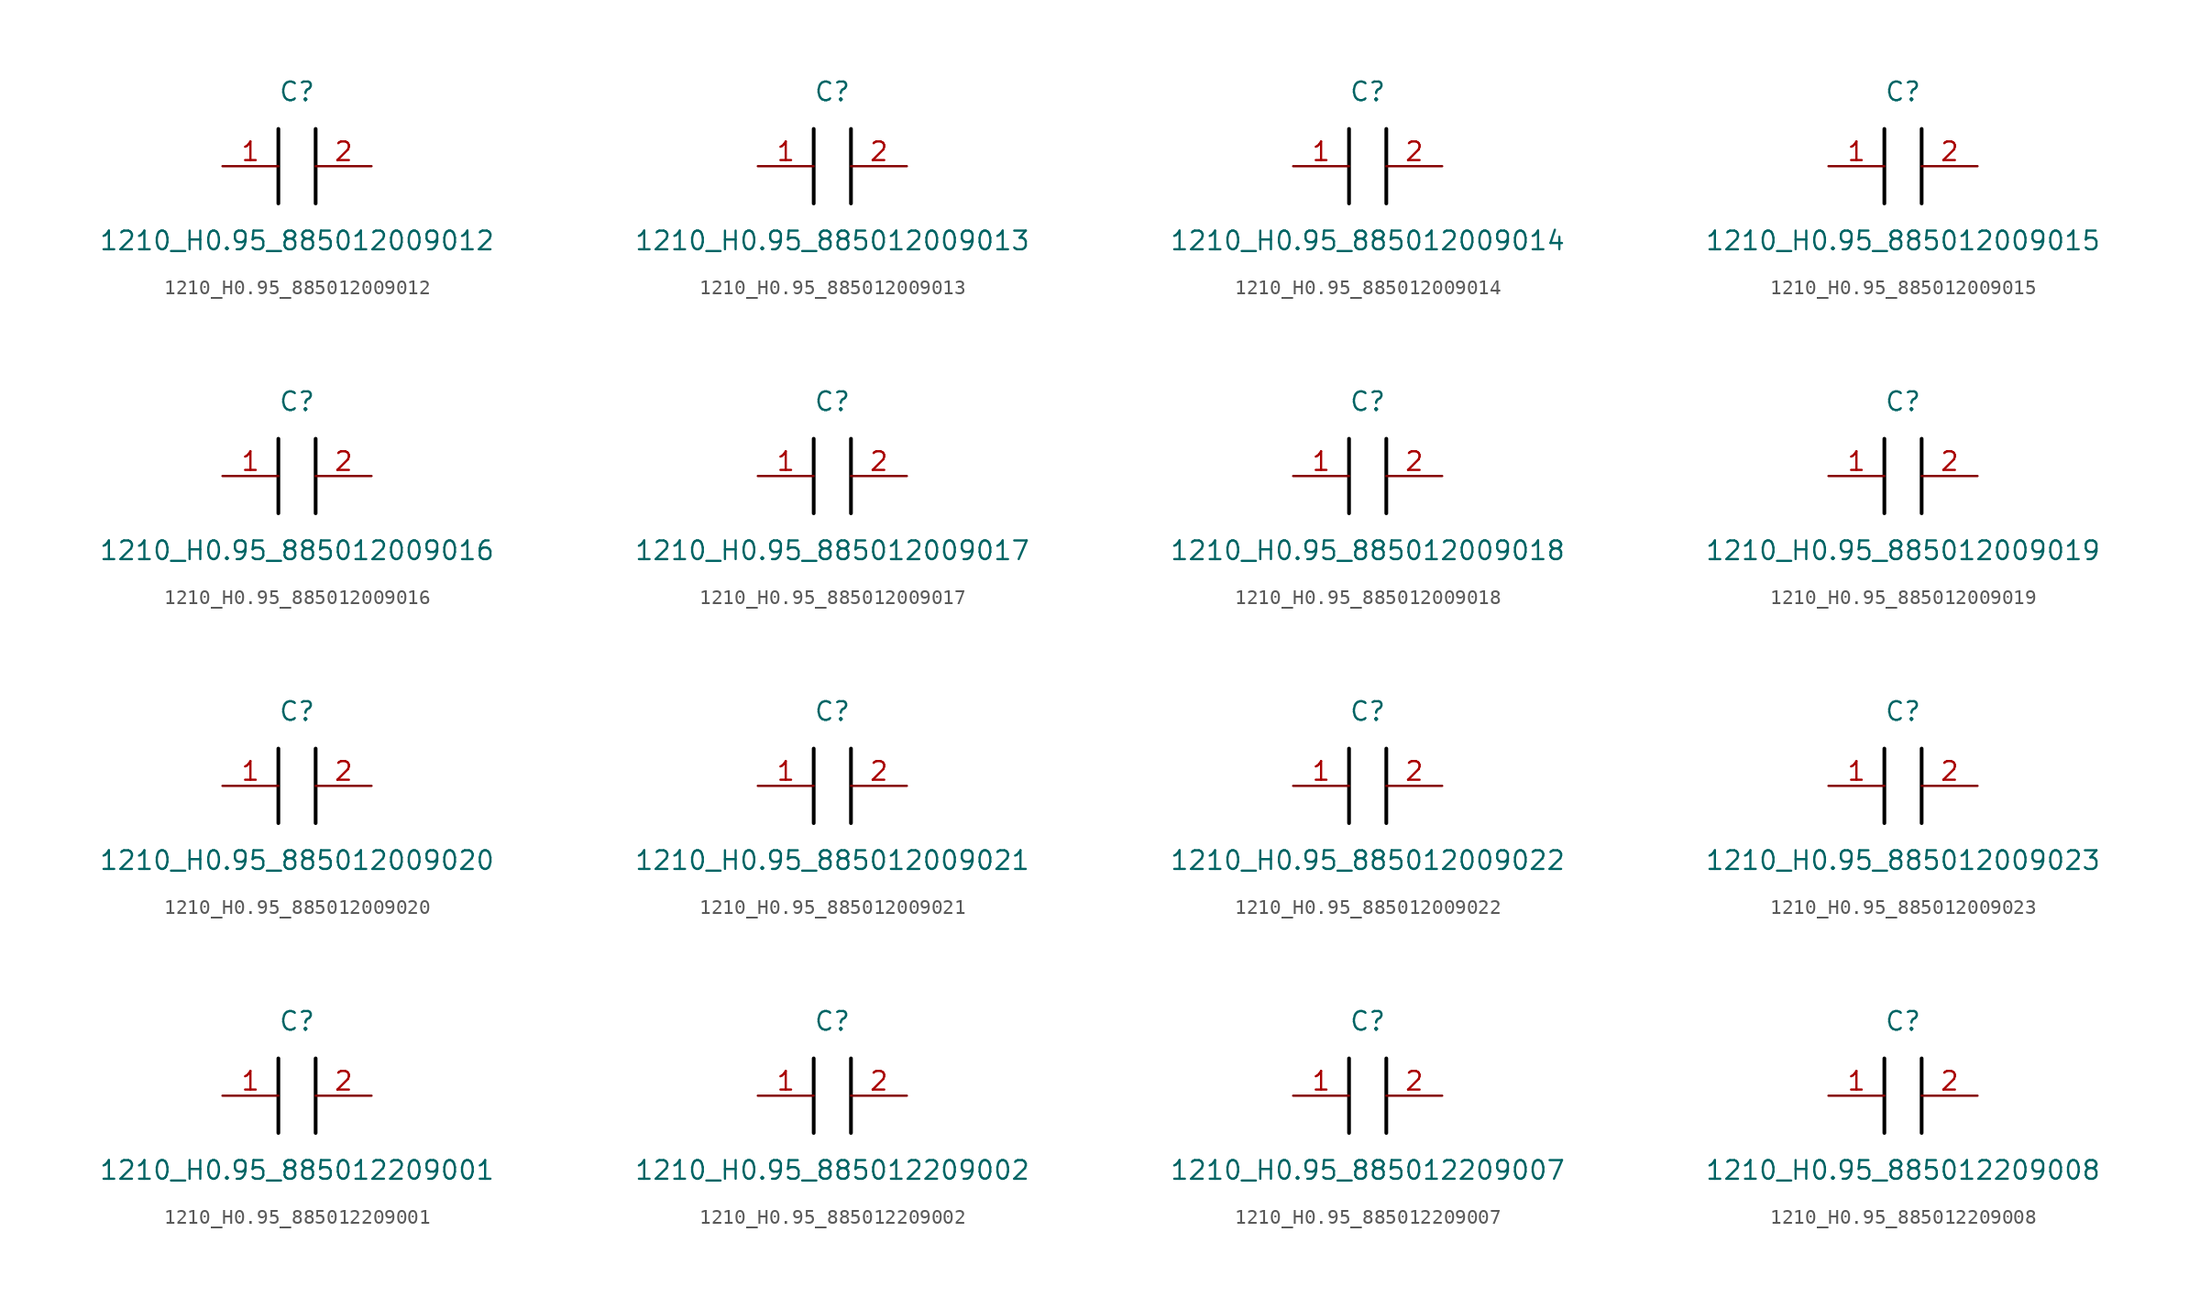
<source format=kicad_sym>
(kicad_symbol_lib
  (version 20220914)
  (generator kicad_symbol_editor)
  (symbol "1210_H0.95_885012009012"
    (pin_names hide)
    (property "Reference" "C"
      (at 0 5.08 0)
      (effects (font (size 1.27 1.27))))
    (property "Value" "1210_H0.95_885012009012"
      (at 0 -5.08 0)
      (effects (font (size 1.27 1.27))))
    (symbol "1210_H0.95_885012009012_1_1"
      (polyline (pts (xy -1.27 2.54) (xy -1.27 -2.54)) (stroke (width 0.254) (type default) (color 0 0 0 1)) (fill (type none)))
      (polyline (pts (xy 1.27 2.54) (xy 1.27 -2.54)) (stroke (width 0.254) (type default) (color 0 0 0 1)) (fill (type none)))
      (pin passive line (at -5.08 0 0) (length 3.81) (name "1" (effects (font (size 1.27 1.27)))) (number "1" (effects (font (size 1.27 1.27)))))
      (pin passive line (at 5.08 0 180) (length 3.81) (name "2" (effects (font (size 1.27 1.27)))) (number "2" (effects (font (size 1.27 1.27)))))))
  (symbol "1210_H0.95_885012009013"
    (pin_names hide)
    (property "Reference" "C"
      (at 0 5.08 0)
      (effects (font (size 1.27 1.27))))
    (property "Value" "1210_H0.95_885012009013"
      (at 0 -5.08 0)
      (effects (font (size 1.27 1.27))))
    (symbol "1210_H0.95_885012009013_1_1"
      (polyline (pts (xy -1.27 2.54) (xy -1.27 -2.54)) (stroke (width 0.254) (type default) (color 0 0 0 1)) (fill (type none)))
      (polyline (pts (xy 1.27 2.54) (xy 1.27 -2.54)) (stroke (width 0.254) (type default) (color 0 0 0 1)) (fill (type none)))
      (pin passive line (at -5.08 0 0) (length 3.81) (name "1" (effects (font (size 1.27 1.27)))) (number "1" (effects (font (size 1.27 1.27)))))
      (pin passive line (at 5.08 0 180) (length 3.81) (name "2" (effects (font (size 1.27 1.27)))) (number "2" (effects (font (size 1.27 1.27)))))))
  (symbol "1210_H0.95_885012009014"
    (pin_names hide)
    (property "Reference" "C"
      (at 0 5.08 0)
      (effects (font (size 1.27 1.27))))
    (property "Value" "1210_H0.95_885012009014"
      (at 0 -5.08 0)
      (effects (font (size 1.27 1.27))))
    (symbol "1210_H0.95_885012009014_1_1"
      (polyline (pts (xy -1.27 2.54) (xy -1.27 -2.54)) (stroke (width 0.254) (type default) (color 0 0 0 1)) (fill (type none)))
      (polyline (pts (xy 1.27 2.54) (xy 1.27 -2.54)) (stroke (width 0.254) (type default) (color 0 0 0 1)) (fill (type none)))
      (pin passive line (at -5.08 0 0) (length 3.81) (name "1" (effects (font (size 1.27 1.27)))) (number "1" (effects (font (size 1.27 1.27)))))
      (pin passive line (at 5.08 0 180) (length 3.81) (name "2" (effects (font (size 1.27 1.27)))) (number "2" (effects (font (size 1.27 1.27)))))))
  (symbol "1210_H0.95_885012009015"
    (pin_names hide)
    (property "Reference" "C"
      (at 0 5.08 0)
      (effects (font (size 1.27 1.27))))
    (property "Value" "1210_H0.95_885012009015"
      (at 0 -5.08 0)
      (effects (font (size 1.27 1.27))))
    (symbol "1210_H0.95_885012009015_1_1"
      (polyline (pts (xy -1.27 2.54) (xy -1.27 -2.54)) (stroke (width 0.254) (type default) (color 0 0 0 1)) (fill (type none)))
      (polyline (pts (xy 1.27 2.54) (xy 1.27 -2.54)) (stroke (width 0.254) (type default) (color 0 0 0 1)) (fill (type none)))
      (pin passive line (at -5.08 0 0) (length 3.81) (name "1" (effects (font (size 1.27 1.27)))) (number "1" (effects (font (size 1.27 1.27)))))
      (pin passive line (at 5.08 0 180) (length 3.81) (name "2" (effects (font (size 1.27 1.27)))) (number "2" (effects (font (size 1.27 1.27)))))))
  (symbol "1210_H0.95_885012009016"
    (pin_names hide)
    (property "Reference" "C"
      (at 0 5.08 0)
      (effects (font (size 1.27 1.27))))
    (property "Value" "1210_H0.95_885012009016"
      (at 0 -5.08 0)
      (effects (font (size 1.27 1.27))))
    (symbol "1210_H0.95_885012009016_1_1"
      (polyline (pts (xy -1.27 2.54) (xy -1.27 -2.54)) (stroke (width 0.254) (type default) (color 0 0 0 1)) (fill (type none)))
      (polyline (pts (xy 1.27 2.54) (xy 1.27 -2.54)) (stroke (width 0.254) (type default) (color 0 0 0 1)) (fill (type none)))
      (pin passive line (at -5.08 0 0) (length 3.81) (name "1" (effects (font (size 1.27 1.27)))) (number "1" (effects (font (size 1.27 1.27)))))
      (pin passive line (at 5.08 0 180) (length 3.81) (name "2" (effects (font (size 1.27 1.27)))) (number "2" (effects (font (size 1.27 1.27)))))))
  (symbol "1210_H0.95_885012009017"
    (pin_names hide)
    (property "Reference" "C"
      (at 0 5.08 0)
      (effects (font (size 1.27 1.27))))
    (property "Value" "1210_H0.95_885012009017"
      (at 0 -5.08 0)
      (effects (font (size 1.27 1.27))))
    (symbol "1210_H0.95_885012009017_1_1"
      (polyline (pts (xy -1.27 2.54) (xy -1.27 -2.54)) (stroke (width 0.254) (type default) (color 0 0 0 1)) (fill (type none)))
      (polyline (pts (xy 1.27 2.54) (xy 1.27 -2.54)) (stroke (width 0.254) (type default) (color 0 0 0 1)) (fill (type none)))
      (pin passive line (at -5.08 0 0) (length 3.81) (name "1" (effects (font (size 1.27 1.27)))) (number "1" (effects (font (size 1.27 1.27)))))
      (pin passive line (at 5.08 0 180) (length 3.81) (name "2" (effects (font (size 1.27 1.27)))) (number "2" (effects (font (size 1.27 1.27)))))))
  (symbol "1210_H0.95_885012009018"
    (pin_names hide)
    (property "Reference" "C"
      (at 0 5.08 0)
      (effects (font (size 1.27 1.27))))
    (property "Value" "1210_H0.95_885012009018"
      (at 0 -5.08 0)
      (effects (font (size 1.27 1.27))))
    (symbol "1210_H0.95_885012009018_1_1"
      (polyline (pts (xy -1.27 2.54) (xy -1.27 -2.54)) (stroke (width 0.254) (type default) (color 0 0 0 1)) (fill (type none)))
      (polyline (pts (xy 1.27 2.54) (xy 1.27 -2.54)) (stroke (width 0.254) (type default) (color 0 0 0 1)) (fill (type none)))
      (pin passive line (at -5.08 0 0) (length 3.81) (name "1" (effects (font (size 1.27 1.27)))) (number "1" (effects (font (size 1.27 1.27)))))
      (pin passive line (at 5.08 0 180) (length 3.81) (name "2" (effects (font (size 1.27 1.27)))) (number "2" (effects (font (size 1.27 1.27)))))))
  (symbol "1210_H0.95_885012009019"
    (pin_names hide)
    (property "Reference" "C"
      (at 0 5.08 0)
      (effects (font (size 1.27 1.27))))
    (property "Value" "1210_H0.95_885012009019"
      (at 0 -5.08 0)
      (effects (font (size 1.27 1.27))))
    (symbol "1210_H0.95_885012009019_1_1"
      (polyline (pts (xy -1.27 2.54) (xy -1.27 -2.54)) (stroke (width 0.254) (type default) (color 0 0 0 1)) (fill (type none)))
      (polyline (pts (xy 1.27 2.54) (xy 1.27 -2.54)) (stroke (width 0.254) (type default) (color 0 0 0 1)) (fill (type none)))
      (pin passive line (at -5.08 0 0) (length 3.81) (name "1" (effects (font (size 1.27 1.27)))) (number "1" (effects (font (size 1.27 1.27)))))
      (pin passive line (at 5.08 0 180) (length 3.81) (name "2" (effects (font (size 1.27 1.27)))) (number "2" (effects (font (size 1.27 1.27)))))))
  (symbol "1210_H0.95_885012009020"
    (pin_names hide)
    (property "Reference" "C"
      (at 0 5.08 0)
      (effects (font (size 1.27 1.27))))
    (property "Value" "1210_H0.95_885012009020"
      (at 0 -5.08 0)
      (effects (font (size 1.27 1.27))))
    (symbol "1210_H0.95_885012009020_1_1"
      (polyline (pts (xy -1.27 2.54) (xy -1.27 -2.54)) (stroke (width 0.254) (type default) (color 0 0 0 1)) (fill (type none)))
      (polyline (pts (xy 1.27 2.54) (xy 1.27 -2.54)) (stroke (width 0.254) (type default) (color 0 0 0 1)) (fill (type none)))
      (pin passive line (at -5.08 0 0) (length 3.81) (name "1" (effects (font (size 1.27 1.27)))) (number "1" (effects (font (size 1.27 1.27)))))
      (pin passive line (at 5.08 0 180) (length 3.81) (name "2" (effects (font (size 1.27 1.27)))) (number "2" (effects (font (size 1.27 1.27)))))))
  (symbol "1210_H0.95_885012009021"
    (pin_names hide)
    (property "Reference" "C"
      (at 0 5.08 0)
      (effects (font (size 1.27 1.27))))
    (property "Value" "1210_H0.95_885012009021"
      (at 0 -5.08 0)
      (effects (font (size 1.27 1.27))))
    (symbol "1210_H0.95_885012009021_1_1"
      (polyline (pts (xy -1.27 2.54) (xy -1.27 -2.54)) (stroke (width 0.254) (type default) (color 0 0 0 1)) (fill (type none)))
      (polyline (pts (xy 1.27 2.54) (xy 1.27 -2.54)) (stroke (width 0.254) (type default) (color 0 0 0 1)) (fill (type none)))
      (pin passive line (at -5.08 0 0) (length 3.81) (name "1" (effects (font (size 1.27 1.27)))) (number "1" (effects (font (size 1.27 1.27)))))
      (pin passive line (at 5.08 0 180) (length 3.81) (name "2" (effects (font (size 1.27 1.27)))) (number "2" (effects (font (size 1.27 1.27)))))))
  (symbol "1210_H0.95_885012009022"
    (pin_names hide)
    (property "Reference" "C"
      (at 0 5.08 0)
      (effects (font (size 1.27 1.27))))
    (property "Value" "1210_H0.95_885012009022"
      (at 0 -5.08 0)
      (effects (font (size 1.27 1.27))))
    (symbol "1210_H0.95_885012009022_1_1"
      (polyline (pts (xy -1.27 2.54) (xy -1.27 -2.54)) (stroke (width 0.254) (type default) (color 0 0 0 1)) (fill (type none)))
      (polyline (pts (xy 1.27 2.54) (xy 1.27 -2.54)) (stroke (width 0.254) (type default) (color 0 0 0 1)) (fill (type none)))
      (pin passive line (at -5.08 0 0) (length 3.81) (name "1" (effects (font (size 1.27 1.27)))) (number "1" (effects (font (size 1.27 1.27)))))
      (pin passive line (at 5.08 0 180) (length 3.81) (name "2" (effects (font (size 1.27 1.27)))) (number "2" (effects (font (size 1.27 1.27)))))))
  (symbol "1210_H0.95_885012009023"
    (pin_names hide)
    (property "Reference" "C"
      (at 0 5.08 0)
      (effects (font (size 1.27 1.27))))
    (property "Value" "1210_H0.95_885012009023"
      (at 0 -5.08 0)
      (effects (font (size 1.27 1.27))))
    (symbol "1210_H0.95_885012009023_1_1"
      (polyline (pts (xy -1.27 2.54) (xy -1.27 -2.54)) (stroke (width 0.254) (type default) (color 0 0 0 1)) (fill (type none)))
      (polyline (pts (xy 1.27 2.54) (xy 1.27 -2.54)) (stroke (width 0.254) (type default) (color 0 0 0 1)) (fill (type none)))
      (pin passive line (at -5.08 0 0) (length 3.81) (name "1" (effects (font (size 1.27 1.27)))) (number "1" (effects (font (size 1.27 1.27)))))
      (pin passive line (at 5.08 0 180) (length 3.81) (name "2" (effects (font (size 1.27 1.27)))) (number "2" (effects (font (size 1.27 1.27)))))))
  (symbol "1210_H0.95_885012209001"
    (pin_names hide)
    (property "Reference" "C"
      (at 0 5.08 0)
      (effects (font (size 1.27 1.27))))
    (property "Value" "1210_H0.95_885012209001"
      (at 0 -5.08 0)
      (effects (font (size 1.27 1.27))))
    (symbol "1210_H0.95_885012209001_1_1"
      (polyline (pts (xy -1.27 2.54) (xy -1.27 -2.54)) (stroke (width 0.254) (type default) (color 0 0 0 1)) (fill (type none)))
      (polyline (pts (xy 1.27 2.54) (xy 1.27 -2.54)) (stroke (width 0.254) (type default) (color 0 0 0 1)) (fill (type none)))
      (pin passive line (at -5.08 0 0) (length 3.81) (name "1" (effects (font (size 1.27 1.27)))) (number "1" (effects (font (size 1.27 1.27)))))
      (pin passive line (at 5.08 0 180) (length 3.81) (name "2" (effects (font (size 1.27 1.27)))) (number "2" (effects (font (size 1.27 1.27)))))))
  (symbol "1210_H0.95_885012209002"
    (pin_names hide)
    (property "Reference" "C"
      (at 0 5.08 0)
      (effects (font (size 1.27 1.27))))
    (property "Value" "1210_H0.95_885012209002"
      (at 0 -5.08 0)
      (effects (font (size 1.27 1.27))))
    (symbol "1210_H0.95_885012209002_1_1"
      (polyline (pts (xy -1.27 2.54) (xy -1.27 -2.54)) (stroke (width 0.254) (type default) (color 0 0 0 1)) (fill (type none)))
      (polyline (pts (xy 1.27 2.54) (xy 1.27 -2.54)) (stroke (width 0.254) (type default) (color 0 0 0 1)) (fill (type none)))
      (pin passive line (at -5.08 0 0) (length 3.81) (name "1" (effects (font (size 1.27 1.27)))) (number "1" (effects (font (size 1.27 1.27)))))
      (pin passive line (at 5.08 0 180) (length 3.81) (name "2" (effects (font (size 1.27 1.27)))) (number "2" (effects (font (size 1.27 1.27)))))))
  (symbol "1210_H0.95_885012209007"
    (pin_names hide)
    (property "Reference" "C"
      (at 0 5.08 0)
      (effects (font (size 1.27 1.27))))
    (property "Value" "1210_H0.95_885012209007"
      (at 0 -5.08 0)
      (effects (font (size 1.27 1.27))))
    (symbol "1210_H0.95_885012209007_1_1"
      (polyline (pts (xy -1.27 2.54) (xy -1.27 -2.54)) (stroke (width 0.254) (type default) (color 0 0 0 1)) (fill (type none)))
      (polyline (pts (xy 1.27 2.54) (xy 1.27 -2.54)) (stroke (width 0.254) (type default) (color 0 0 0 1)) (fill (type none)))
      (pin passive line (at -5.08 0 0) (length 3.81) (name "1" (effects (font (size 1.27 1.27)))) (number "1" (effects (font (size 1.27 1.27)))))
      (pin passive line (at 5.08 0 180) (length 3.81) (name "2" (effects (font (size 1.27 1.27)))) (number "2" (effects (font (size 1.27 1.27)))))))
  (symbol "1210_H0.95_885012209008"
    (pin_names hide)
    (property "Reference" "C"
      (at 0 5.08 0)
      (effects (font (size 1.27 1.27))))
    (property "Value" "1210_H0.95_885012209008"
      (at 0 -5.08 0)
      (effects (font (size 1.27 1.27))))
    (symbol "1210_H0.95_885012209008_1_1"
      (polyline (pts (xy -1.27 2.54) (xy -1.27 -2.54)) (stroke (width 0.254) (type default) (color 0 0 0 1)) (fill (type none)))
      (polyline (pts (xy 1.27 2.54) (xy 1.27 -2.54)) (stroke (width 0.254) (type default) (color 0 0 0 1)) (fill (type none)))
      (pin passive line (at -5.08 0 0) (length 3.81) (name "1" (effects (font (size 1.27 1.27)))) (number "1" (effects (font (size 1.27 1.27)))))
      (pin passive line (at 5.08 0 180) (length 3.81) (name "2" (effects (font (size 1.27 1.27)))) (number "2" (effects (font (size 1.27 1.27))))))))
</source>
